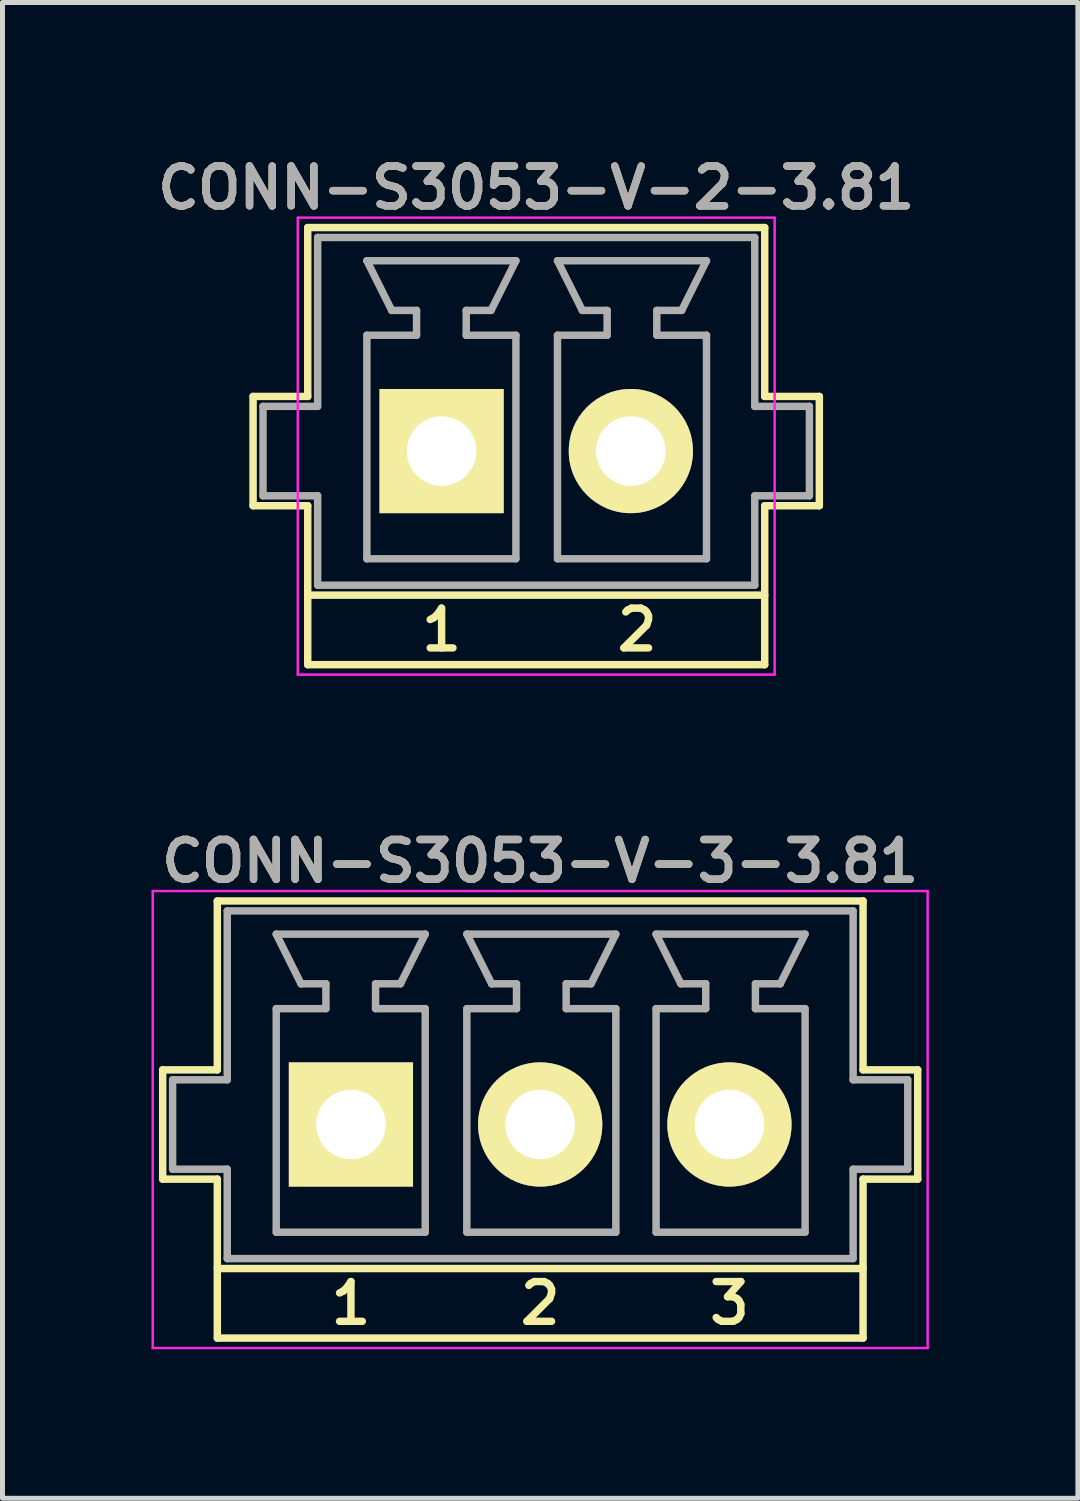
<source format=kicad_pcb>
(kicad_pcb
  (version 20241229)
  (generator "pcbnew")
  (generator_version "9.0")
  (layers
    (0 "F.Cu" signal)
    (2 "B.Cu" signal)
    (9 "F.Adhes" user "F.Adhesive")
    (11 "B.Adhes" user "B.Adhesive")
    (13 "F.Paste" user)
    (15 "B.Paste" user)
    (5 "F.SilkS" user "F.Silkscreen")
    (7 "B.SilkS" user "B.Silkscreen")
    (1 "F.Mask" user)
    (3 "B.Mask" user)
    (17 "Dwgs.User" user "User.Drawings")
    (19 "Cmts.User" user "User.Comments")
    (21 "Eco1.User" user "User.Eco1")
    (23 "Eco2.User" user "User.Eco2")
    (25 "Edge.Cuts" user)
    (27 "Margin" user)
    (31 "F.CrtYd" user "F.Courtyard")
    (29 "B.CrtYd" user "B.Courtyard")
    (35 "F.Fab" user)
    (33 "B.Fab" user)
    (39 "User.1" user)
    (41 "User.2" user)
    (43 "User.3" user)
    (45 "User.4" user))
  (footprint "CONN-S3053-V-3-3.81"
    (layer "F.Cu")
    (at 7.825 18.788)
    (property "Reference" "CONN-S3053-V-3-3.81" (at 0 -4.5 0) (layer "F.SilkS") (effects (font (size 0.8 0.8) (thickness 0.15))))
    (attr through_hole)
    (fp_line (start -7.6 -0.3) (end -7.6 1.9) (stroke (width 0.15) (type solid)) (layer "F.SilkS"))
    (fp_line (start -7.6 1.9) (end -6.5 1.9) (stroke (width 0.15) (type solid)) (layer "F.SilkS"))
    (fp_line (start -6.5 -3.7) (end -6.5 -0.3) (stroke (width 0.15) (type solid)) (layer "F.SilkS"))
    (fp_line (start -6.5 -3.7) (end 6.5 -3.7) (stroke (width 0.15) (type solid)) (layer "F.SilkS"))
    (fp_line (start -6.5 -0.3) (end -7.6 -0.3) (stroke (width 0.15) (type solid)) (layer "F.SilkS"))
    (fp_line (start -6.5 1.9) (end -6.5 5.1) (stroke (width 0.15) (type solid)) (layer "F.SilkS"))
    (fp_line (start -6.5 5.1) (end 6.5 5.1) (stroke (width 0.15) (type solid)) (layer "F.SilkS"))
    (fp_line (start 6.5 -3.7) (end 6.5 -0.3) (stroke (width 0.15) (type solid)) (layer "F.SilkS"))
    (fp_line (start 6.5 1.9) (end 6.5 5.1) (stroke (width 0.15) (type solid)) (layer "F.SilkS"))
    (fp_line (start 6.5 1.9) (end 7.6 1.9) (stroke (width 0.15) (type solid)) (layer "F.SilkS"))
    (fp_line (start 6.5 3.7) (end -6.5 3.7) (stroke (width 0.15) (type solid)) (layer "F.SilkS"))
    (fp_line (start 7.6 -0.3) (end 6.5 -0.3) (stroke (width 0.15) (type solid)) (layer "F.SilkS"))
    (fp_line (start 7.6 -0.3) (end 7.6 1.9) (stroke (width 0.15) (type solid)) (layer "F.SilkS"))
    (fp_line (start -7.8 -3.9) (end 7.8 -3.9) (stroke (width 0.05) (type solid)) (layer "F.CrtYd"))
    (fp_line (start -7.8 5.3) (end -7.8 -3.9) (stroke (width 0.05) (type solid)) (layer "F.CrtYd"))
    (fp_line (start 7.8 -3.9) (end 7.8 5.3) (stroke (width 0.05) (type solid)) (layer "F.CrtYd"))
    (fp_line (start 7.8 5.3) (end -7.8 5.3) (stroke (width 0.05) (type solid)) (layer "F.CrtYd"))
    (fp_line (start -7.4 -0.1) (end -7.4 1.7) (stroke (width 0.15) (type solid)) (layer "F.Fab"))
    (fp_line (start -7.4 1.7) (end -6.3 1.7) (stroke (width 0.15) (type solid)) (layer "F.Fab"))
    (fp_line (start -6.3 -3.5) (end -6.3 -0.1) (stroke (width 0.15) (type solid)) (layer "F.Fab"))
    (fp_line (start -6.3 -3.5) (end 6.3 -3.5) (stroke (width 0.15) (type solid)) (layer "F.Fab"))
    (fp_line (start -6.3 -0.1) (end -7.4 -0.1) (stroke (width 0.15) (type solid)) (layer "F.Fab"))
    (fp_line (start -6.3 1.7) (end -6.3 3.5) (stroke (width 0.15) (type solid)) (layer "F.Fab"))
    (fp_line (start -5.314 -3.032) (end -4.814 -2.032) (stroke (width 0.15) (type solid)) (layer "F.Fab"))
    (fp_line (start -5.314 -1.532) (end -4.314 -1.532) (stroke (width 0.15) (type solid)) (layer "F.Fab"))
    (fp_line (start -5.314 2.968) (end -5.314 -1.532) (stroke (width 0.15) (type solid)) (layer "F.Fab"))
    (fp_line (start -4.314 -2.032) (end -4.814 -2.032) (stroke (width 0.15) (type solid)) (layer "F.Fab"))
    (fp_line (start -4.314 -1.532) (end -4.314 -2.032) (stroke (width 0.15) (type solid)) (layer "F.Fab"))
    (fp_line (start -3.314 -2.032) (end -2.814 -2.032) (stroke (width 0.15) (type solid)) (layer "F.Fab"))
    (fp_line (start -3.314 -1.532) (end -3.314 -2.032) (stroke (width 0.15) (type solid)) (layer "F.Fab"))
    (fp_line (start -3.314 -1.532) (end -2.314 -1.532) (stroke (width 0.15) (type solid)) (layer "F.Fab"))
    (fp_line (start -2.814 -2.032) (end -2.314 -3.032) (stroke (width 0.15) (type solid)) (layer "F.Fab"))
    (fp_line (start -2.314 -3.032) (end -5.314 -3.032) (stroke (width 0.15) (type solid)) (layer "F.Fab"))
    (fp_line (start -2.314 2.968) (end -5.314 2.968) (stroke (width 0.15) (type solid)) (layer "F.Fab"))
    (fp_line (start -2.314 2.968) (end -2.314 -1.532) (stroke (width 0.15) (type solid)) (layer "F.Fab"))
    (fp_line (start -1.477 -3.032) (end -0.977 -2.032) (stroke (width 0.15) (type solid)) (layer "F.Fab"))
    (fp_line (start -1.477 -1.532) (end -0.477 -1.532) (stroke (width 0.15) (type solid)) (layer "F.Fab"))
    (fp_line (start -1.477 2.968) (end -1.477 -1.532) (stroke (width 0.15) (type solid)) (layer "F.Fab"))
    (fp_line (start -0.477 -2.032) (end -0.977 -2.032) (stroke (width 0.15) (type solid)) (layer "F.Fab"))
    (fp_line (start -0.477 -1.532) (end -0.477 -2.032) (stroke (width 0.15) (type solid)) (layer "F.Fab"))
    (fp_line (start 0.523 -2.032) (end 1.023 -2.032) (stroke (width 0.15) (type solid)) (layer "F.Fab"))
    (fp_line (start 0.523 -1.532) (end 0.523 -2.032) (stroke (width 0.15) (type solid)) (layer "F.Fab"))
    (fp_line (start 0.523 -1.532) (end 1.523 -1.532) (stroke (width 0.15) (type solid)) (layer "F.Fab"))
    (fp_line (start 1.023 -2.032) (end 1.523 -3.032) (stroke (width 0.15) (type solid)) (layer "F.Fab"))
    (fp_line (start 1.523 -3.032) (end -1.477 -3.032) (stroke (width 0.15) (type solid)) (layer "F.Fab"))
    (fp_line (start 1.523 2.968) (end -1.477 2.968) (stroke (width 0.15) (type solid)) (layer "F.Fab"))
    (fp_line (start 1.523 2.968) (end 1.523 -1.532) (stroke (width 0.15) (type solid)) (layer "F.Fab"))
    (fp_line (start 2.333 -3.032) (end 2.833 -2.032) (stroke (width 0.15) (type solid)) (layer "F.Fab"))
    (fp_line (start 2.333 -1.532) (end 3.333 -1.532) (stroke (width 0.15) (type solid)) (layer "F.Fab"))
    (fp_line (start 2.333 2.968) (end 2.333 -1.532) (stroke (width 0.15) (type solid)) (layer "F.Fab"))
    (fp_line (start 3.333 -2.032) (end 2.833 -2.032) (stroke (width 0.15) (type solid)) (layer "F.Fab"))
    (fp_line (start 3.333 -1.532) (end 3.333 -2.032) (stroke (width 0.15) (type solid)) (layer "F.Fab"))
    (fp_line (start 4.333 -2.032) (end 4.833 -2.032) (stroke (width 0.15) (type solid)) (layer "F.Fab"))
    (fp_line (start 4.333 -1.532) (end 4.333 -2.032) (stroke (width 0.15) (type solid)) (layer "F.Fab"))
    (fp_line (start 4.333 -1.532) (end 5.333 -1.532) (stroke (width 0.15) (type solid)) (layer "F.Fab"))
    (fp_line (start 4.833 -2.032) (end 5.333 -3.032) (stroke (width 0.15) (type solid)) (layer "F.Fab"))
    (fp_line (start 5.333 -3.032) (end 2.333 -3.032) (stroke (width 0.15) (type solid)) (layer "F.Fab"))
    (fp_line (start 5.333 2.968) (end 2.333 2.968) (stroke (width 0.15) (type solid)) (layer "F.Fab"))
    (fp_line (start 5.333 2.968) (end 5.333 -1.532) (stroke (width 0.15) (type solid)) (layer "F.Fab"))
    (fp_line (start 6.3 -0.1) (end 6.3 -3.5) (stroke (width 0.15) (type solid)) (layer "F.Fab"))
    (fp_line (start 6.3 1.7) (end 7.4 1.7) (stroke (width 0.15) (type solid)) (layer "F.Fab"))
    (fp_line (start 6.3 3.5) (end -6.3 3.5) (stroke (width 0.15) (type solid)) (layer "F.Fab"))
    (fp_line (start 6.3 3.5) (end 6.3 1.7) (stroke (width 0.15) (type solid)) (layer "F.Fab"))
    (fp_line (start 7.4 -0.1) (end 6.3 -0.1) (stroke (width 0.15) (type solid)) (layer "F.Fab"))
    (fp_line (start 7.4 1.7) (end 7.4 -0.1) (stroke (width 0.15) (type solid)) (layer "F.Fab"))
    (fp_text user "1" (at -3.81 4.4 0) (layer "F.SilkS") (effects (font (size 0.8 0.8) (thickness 0.15))))
    (fp_text user "2" (at 0 4.4 0) (layer "F.SilkS") (effects (font (size 0.8 0.8) (thickness 0.15))))
    (fp_text user "3" (at 3.81 4.4 0) (layer "F.SilkS") (effects (font (size 0.8 0.8) (thickness 0.15))))
    (fp_text user "${REFERENCE}" (at 0 -4.5 0) (layer "F.Fab") (effects (font (size 0.8 0.8) (thickness 0.15))))
    (pad "1" thru_hole rect (at -3.81 0.8 180) (size 2.5 2.5) (drill 1.4) (layers "*.Cu" "*.Mask" "F.SilkS"))
    (pad "2" thru_hole circle (at 0 0.8 180) (size 2.5 2.5) (drill 1.4) (layers "*.Cu" "*.Mask" "F.SilkS"))
    (pad "3" thru_hole circle (at 3.81 0.8 180) (size 2.5 2.5) (drill 1.4) (layers "*.Cu" "*.Mask" "F.SilkS")))
  (footprint "CONN-S3053-V-2-3.81"
    (layer "F.Cu")
    (at 7.745 5.231)
    (property "Reference" "CONN-S3053-V-2-3.81" (at 0 -4.5 0) (layer "F.SilkS") (effects (font (size 0.8 0.8) (thickness 0.15))))
    (attr through_hole)
    (fp_line (start -5.7 -0.3) (end -5.7 1.9) (stroke (width 0.15) (type solid)) (layer "F.SilkS"))
    (fp_line (start -5.7 1.9) (end -4.6 1.9) (stroke (width 0.15) (type solid)) (layer "F.SilkS"))
    (fp_line (start -4.6 -3.7) (end -4.6 -0.3) (stroke (width 0.15) (type solid)) (layer "F.SilkS"))
    (fp_line (start -4.6 -3.7) (end 4.6 -3.7) (stroke (width 0.15) (type solid)) (layer "F.SilkS"))
    (fp_line (start -4.6 -0.3) (end -5.7 -0.3) (stroke (width 0.15) (type solid)) (layer "F.SilkS"))
    (fp_line (start -4.6 1.9) (end -4.6 5.1) (stroke (width 0.15) (type solid)) (layer "F.SilkS"))
    (fp_line (start -4.6 5.1) (end 4.6 5.1) (stroke (width 0.15) (type solid)) (layer "F.SilkS"))
    (fp_line (start 4.6 -3.7) (end 4.6 -0.3) (stroke (width 0.15) (type solid)) (layer "F.SilkS"))
    (fp_line (start 4.6 1.9) (end 4.6 5.1) (stroke (width 0.15) (type solid)) (layer "F.SilkS"))
    (fp_line (start 4.6 1.9) (end 5.7 1.9) (stroke (width 0.15) (type solid)) (layer "F.SilkS"))
    (fp_line (start 4.6 3.7) (end -4.6 3.7) (stroke (width 0.15) (type solid)) (layer "F.SilkS"))
    (fp_line (start 5.7 -0.3) (end 4.6 -0.3) (stroke (width 0.15) (type solid)) (layer "F.SilkS"))
    (fp_line (start 5.7 -0.3) (end 5.7 1.9) (stroke (width 0.15) (type solid)) (layer "F.SilkS"))
    (fp_line (start -4.8 -3.9) (end 4.8 -3.9) (stroke (width 0.05) (type solid)) (layer "F.CrtYd"))
    (fp_line (start -4.8 5.3) (end -4.8 -3.9) (stroke (width 0.05) (type solid)) (layer "F.CrtYd"))
    (fp_line (start 4.8 -3.9) (end 4.8 5.3) (stroke (width 0.05) (type solid)) (layer "F.CrtYd"))
    (fp_line (start 4.8 5.3) (end -4.8 5.3) (stroke (width 0.05) (type solid)) (layer "F.CrtYd"))
    (fp_line (start -5.5 -0.1) (end -5.5 1.7) (stroke (width 0.15) (type solid)) (layer "F.Fab"))
    (fp_line (start -5.5 1.7) (end -4.4 1.7) (stroke (width 0.15) (type solid)) (layer "F.Fab"))
    (fp_line (start -4.4 -3.5) (end -4.4 -0.1) (stroke (width 0.15) (type solid)) (layer "F.Fab"))
    (fp_line (start -4.4 -3.5) (end 4.4 -3.5) (stroke (width 0.15) (type solid)) (layer "F.Fab"))
    (fp_line (start -4.4 -0.1) (end -5.5 -0.1) (stroke (width 0.15) (type solid)) (layer "F.Fab"))
    (fp_line (start -4.4 1.7) (end -4.4 3.5) (stroke (width 0.15) (type solid)) (layer "F.Fab"))
    (fp_line (start -3.409 -3.032) (end -2.909 -2.032) (stroke (width 0.15) (type solid)) (layer "F.Fab"))
    (fp_line (start -3.409 -1.532) (end -2.409 -1.532) (stroke (width 0.15) (type solid)) (layer "F.Fab"))
    (fp_line (start -3.409 2.968) (end -3.409 -1.532) (stroke (width 0.15) (type solid)) (layer "F.Fab"))
    (fp_line (start -2.409 -2.032) (end -2.909 -2.032) (stroke (width 0.15) (type solid)) (layer "F.Fab"))
    (fp_line (start -2.409 -1.532) (end -2.409 -2.032) (stroke (width 0.15) (type solid)) (layer "F.Fab"))
    (fp_line (start -1.409 -2.032) (end -0.909 -2.032) (stroke (width 0.15) (type solid)) (layer "F.Fab"))
    (fp_line (start -1.409 -1.532) (end -1.409 -2.032) (stroke (width 0.15) (type solid)) (layer "F.Fab"))
    (fp_line (start -1.409 -1.532) (end -0.409 -1.532) (stroke (width 0.15) (type solid)) (layer "F.Fab"))
    (fp_line (start -0.909 -2.032) (end -0.409 -3.032) (stroke (width 0.15) (type solid)) (layer "F.Fab"))
    (fp_line (start -0.409 -3.032) (end -3.409 -3.032) (stroke (width 0.15) (type solid)) (layer "F.Fab"))
    (fp_line (start -0.409 2.968) (end -3.409 2.968) (stroke (width 0.15) (type solid)) (layer "F.Fab"))
    (fp_line (start -0.409 2.968) (end -0.409 -1.532) (stroke (width 0.15) (type solid)) (layer "F.Fab"))
    (fp_line (start 0.428 -3.032) (end 0.928 -2.032) (stroke (width 0.15) (type solid)) (layer "F.Fab"))
    (fp_line (start 0.428 -1.532) (end 1.428 -1.532) (stroke (width 0.15) (type solid)) (layer "F.Fab"))
    (fp_line (start 0.428 2.968) (end 0.428 -1.532) (stroke (width 0.15) (type solid)) (layer "F.Fab"))
    (fp_line (start 1.428 -2.032) (end 0.928 -2.032) (stroke (width 0.15) (type solid)) (layer "F.Fab"))
    (fp_line (start 1.428 -1.532) (end 1.428 -2.032) (stroke (width 0.15) (type solid)) (layer "F.Fab"))
    (fp_line (start 2.428 -2.032) (end 2.928 -2.032) (stroke (width 0.15) (type solid)) (layer "F.Fab"))
    (fp_line (start 2.428 -1.532) (end 2.428 -2.032) (stroke (width 0.15) (type solid)) (layer "F.Fab"))
    (fp_line (start 2.428 -1.532) (end 3.428 -1.532) (stroke (width 0.15) (type solid)) (layer "F.Fab"))
    (fp_line (start 2.928 -2.032) (end 3.428 -3.032) (stroke (width 0.15) (type solid)) (layer "F.Fab"))
    (fp_line (start 3.428 -3.032) (end 0.428 -3.032) (stroke (width 0.15) (type solid)) (layer "F.Fab"))
    (fp_line (start 3.428 2.968) (end 0.428 2.968) (stroke (width 0.15) (type solid)) (layer "F.Fab"))
    (fp_line (start 3.428 2.968) (end 3.428 -1.532) (stroke (width 0.15) (type solid)) (layer "F.Fab"))
    (fp_line (start 4.4 -0.1) (end 4.4 -3.5) (stroke (width 0.15) (type solid)) (layer "F.Fab"))
    (fp_line (start 4.4 1.7) (end 5.5 1.7) (stroke (width 0.15) (type solid)) (layer "F.Fab"))
    (fp_line (start 4.4 3.5) (end -4.4 3.5) (stroke (width 0.15) (type solid)) (layer "F.Fab"))
    (fp_line (start 4.4 3.5) (end 4.4 1.7) (stroke (width 0.15) (type solid)) (layer "F.Fab"))
    (fp_line (start 5.5 -0.1) (end 4.4 -0.1) (stroke (width 0.15) (type solid)) (layer "F.Fab"))
    (fp_line (start 5.5 1.7) (end 5.5 -0.1) (stroke (width 0.15) (type solid)) (layer "F.Fab"))
    (fp_text user "2" (at 2.032 4.4 0) (layer "F.SilkS") (effects (font (size 0.8 0.8) (thickness 0.15))))
    (fp_text user "1" (at -1.905 4.4 0) (layer "F.SilkS") (effects (font (size 0.8 0.8) (thickness 0.15))))
    (fp_text user "${REFERENCE}" (at 0 -4.5 0) (layer "F.Fab") (effects (font (size 0.8 0.8) (thickness 0.15))))
    (pad "1" thru_hole rect (at -1.905 0.8 180) (size 2.5 2.5) (drill 1.4) (layers "*.Cu" "*.Mask" "F.SilkS"))
    (pad "2" thru_hole circle (at 1.905 0.8 180) (size 2.5 2.5) (drill 1.4) (layers "*.Cu" "*.Mask" "F.SilkS")))
  (gr_rect
    (start -3 -3)
    (end 18.65 27.113)
    (stroke (width 0.1) (type default))
    (fill no)
    (layer "Edge.Cuts")))
</source>
